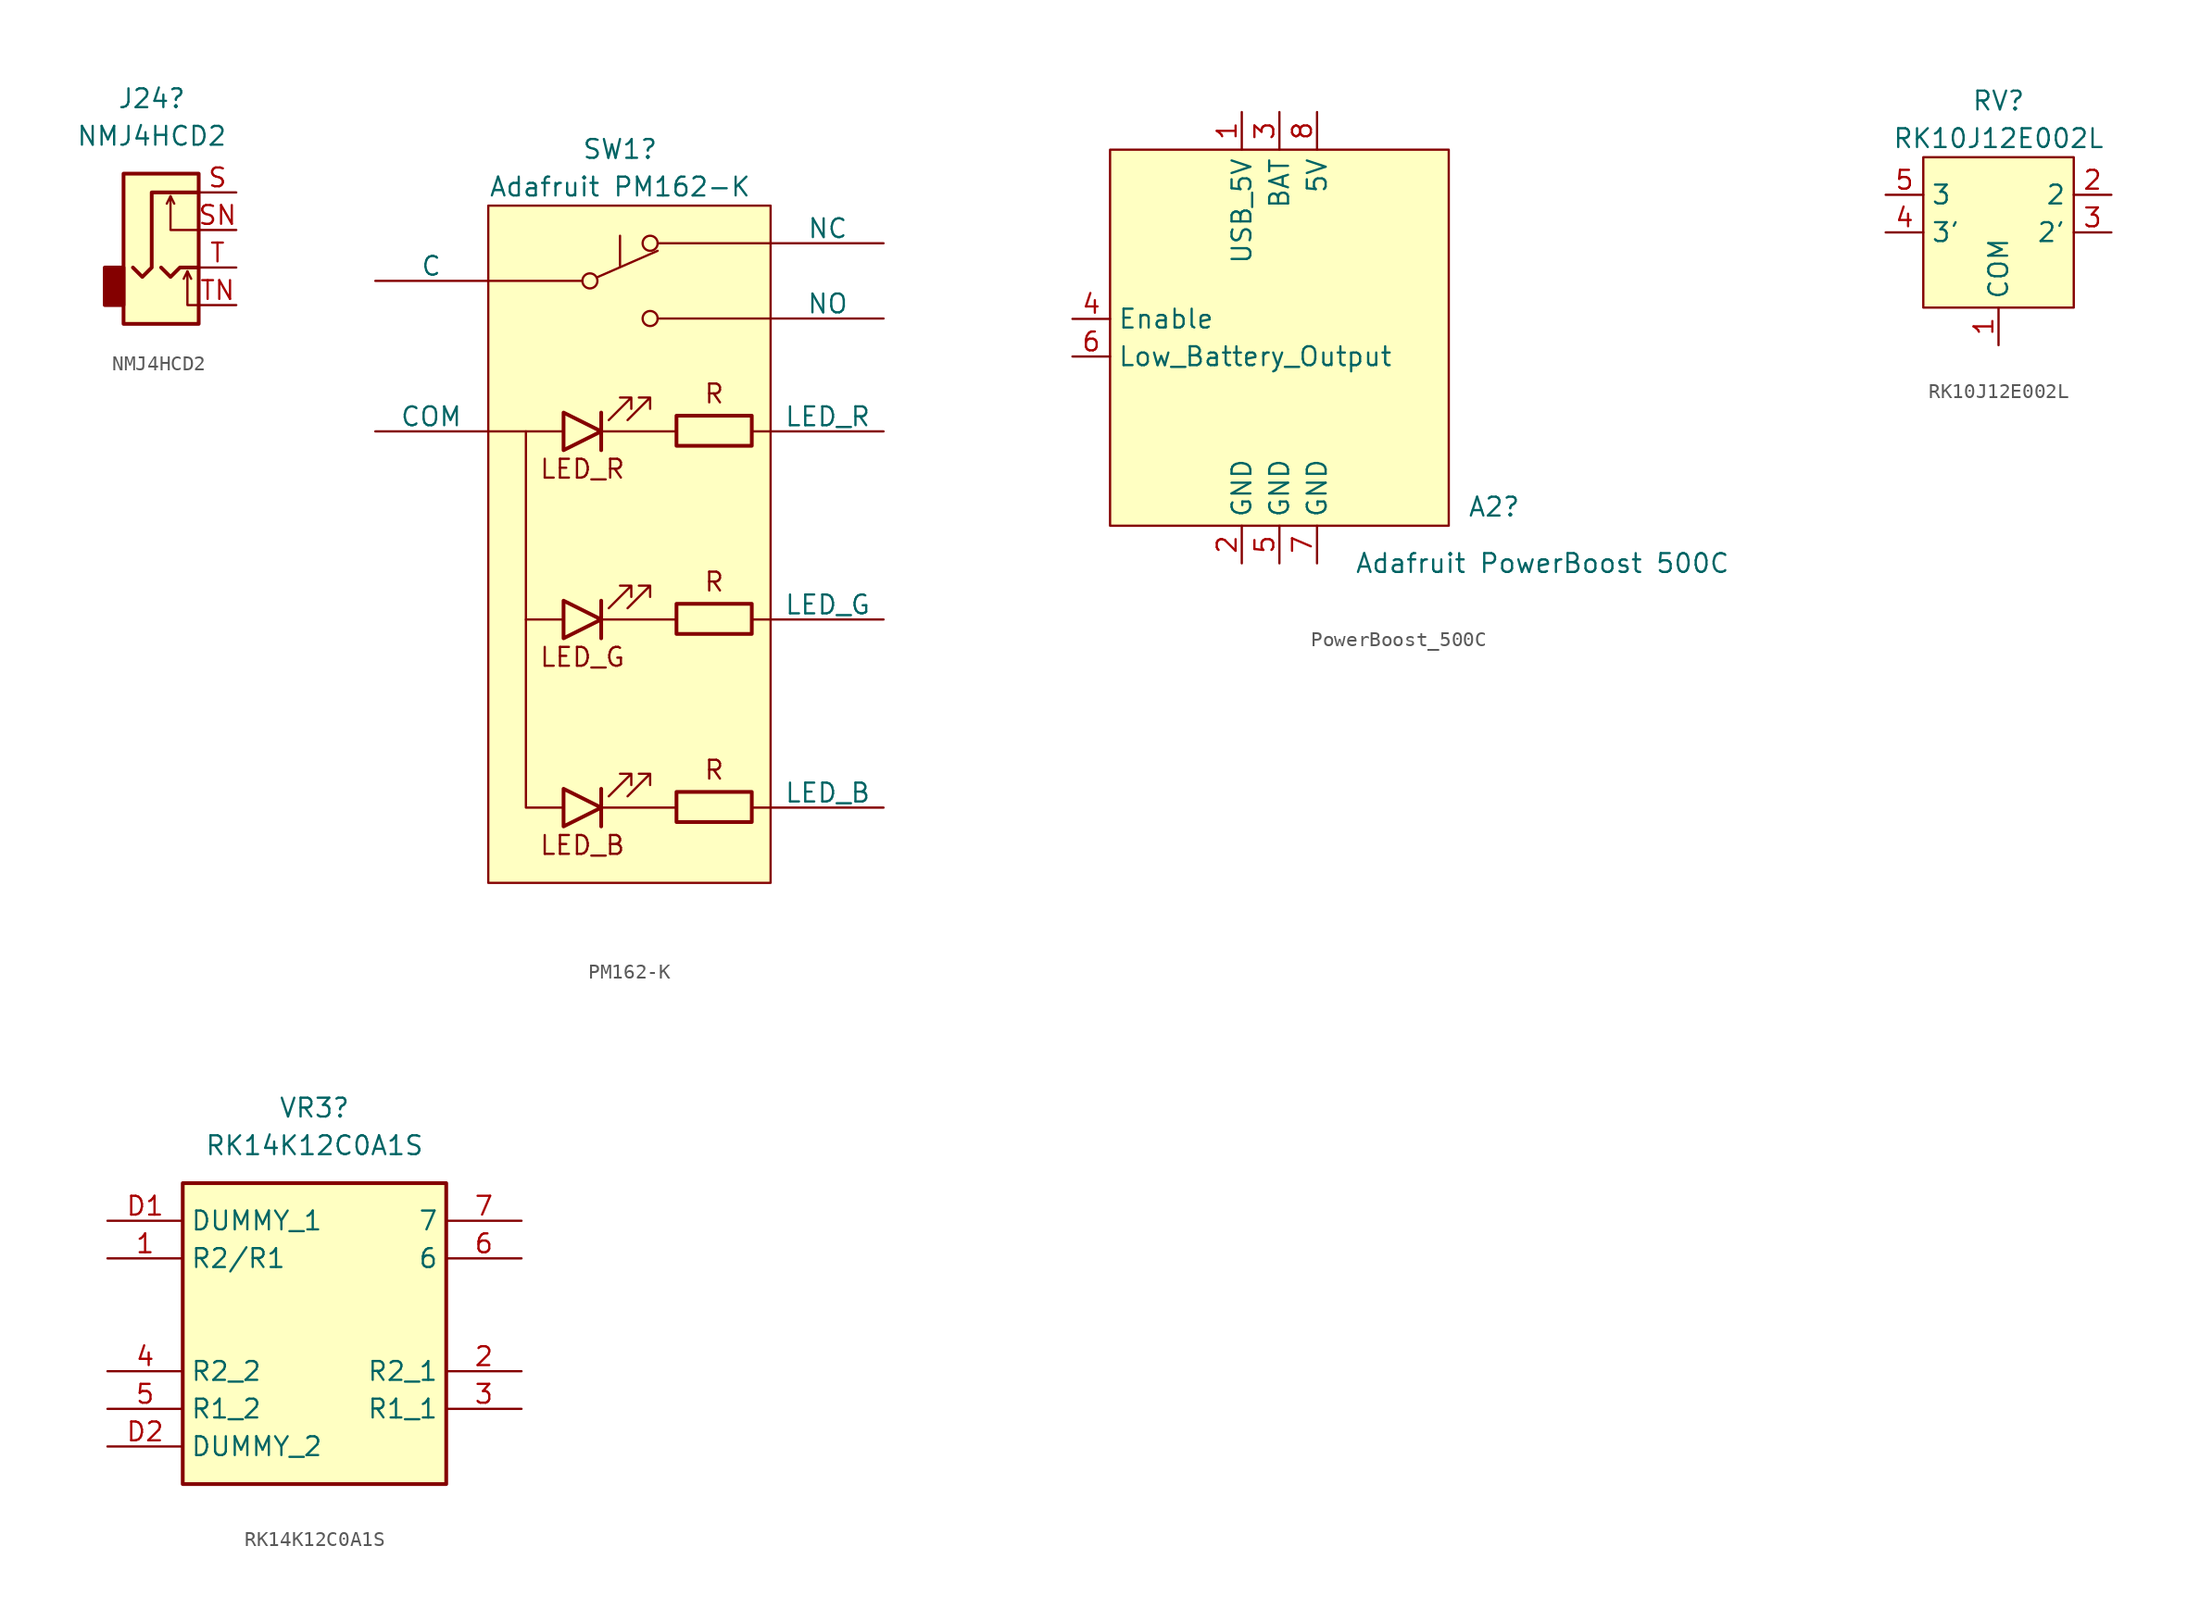
<source format=kicad_sym>
(kicad_symbol_lib
  (version 20220914)
  (generator kicad_symbol_editor)
  (symbol "NMJ4HCD2"
    (property "Reference" "J24"
      (at -0.635 11.43 0)
      (effects (font (size 1.27 1.27))))
    (property "Value" "NMJ4HCD2"
      (at -0.635 8.89 0)
      (effects (font (size 1.27 1.27))))
    (symbol "NMJ4HCD2_0_1"
      (rectangle (start -2.54 0) (end -3.81 -2.54) (stroke (width 0.254) (type default)) (fill (type outline)))
      (rectangle (start 2.54 6.35) (end -2.54 -3.81) (stroke (width 0.254) (type default)) (fill (type background))))
    (symbol "NMJ4HCD2_1_1"
      (polyline (pts (xy 0.635 4.826) (xy 0.889 4.318)) (stroke (width 0) (type default)) (fill (type none)))
      (polyline (pts (xy 1.778 -0.254) (xy 2.032 -0.762)) (stroke (width 0) (type default)) (fill (type none)))
      (polyline (pts (xy 0 0) (xy 0.635 -0.635) (xy 1.27 0) (xy 2.54 0)) (stroke (width 0.254) (type default)) (fill (type none)))
      (polyline (pts (xy 2.54 -2.54) (xy 1.778 -2.54) (xy 1.778 -0.254) (xy 1.524 -0.762)) (stroke (width 0) (type default)) (fill (type none)))
      (polyline (pts (xy 2.54 2.54) (xy 0.635 2.54) (xy 0.635 4.826) (xy 0.381 4.318)) (stroke (width 0) (type default)) (fill (type none)))
      (polyline (pts (xy 2.54 5.08) (xy -0.635 5.08) (xy -0.635 0) (xy -1.27 -0.635) (xy -1.905 0)) (stroke (width 0.254) (type default)) (fill (type none)))
      (pin passive line (at 5.08 5.08 180) (length 2.54) (name "~" (effects (font (size 1.27 1.27)))) (number "S" (effects (font (size 1.27 1.27)))))
      (pin passive line (at 5.08 2.54 180) (length 2.54) (name "~" (effects (font (size 1.27 1.27)))) (number "SN" (effects (font (size 1.27 1.27)))))
      (pin passive line (at 5.08 0 180) (length 2.54) (name "~" (effects (font (size 1.27 1.27)))) (number "T" (effects (font (size 1.27 1.27)))))
      (pin passive line (at 5.08 -2.54 180) (length 2.54) (name "~" (effects (font (size 1.27 1.27)))) (number "TN" (effects (font (size 1.27 1.27)))))))
  (symbol "PM162-K"
    (pin_numbers hide)
    (pin_names
      (offset 0))
    (property "Reference" "SW1"
      (at 0 8.89 0)
      (effects (font (size 1.27 1.27))))
    (property "Value" "Adafruit PM162-K"
      (at 0 6.35 0)
      (effects (font (size 1.27 1.27))))
    (symbol "PM162-K_0_0"
      (circle (center -2.032 0) (radius 0.508) (stroke (width 0) (type default)) (fill (type none)))
      (polyline (pts (xy 0 1.016) (xy 0 3.048)) (stroke (width 0) (type default)) (fill (type none)))
      (circle (center 2.032 -2.54) (radius 0.508) (stroke (width 0) (type default)) (fill (type none))))
    (symbol "PM162-K_0_1"
      (polyline (pts (xy -8.89 -10.16) (xy -3.81 -10.16)) (stroke (width 0) (type default)) (fill (type none)))
      (polyline (pts (xy -6.35 -22.86) (xy -3.81 -22.86)) (stroke (width 0) (type default)) (fill (type none)))
      (polyline (pts (xy -1.524 0.254) (xy 2.54 2.032)) (stroke (width 0) (type default)) (fill (type none)))
      (polyline (pts (xy -1.27 -34.29) (xy -1.27 -36.83)) (stroke (width 0.254) (type default)) (fill (type none)))
      (polyline (pts (xy -1.27 -21.59) (xy -1.27 -24.13)) (stroke (width 0.254) (type default)) (fill (type none)))
      (polyline (pts (xy -1.27 -8.89) (xy -1.27 -11.43)) (stroke (width 0.254) (type default)) (fill (type none)))
      (polyline (pts (xy 3.81 -35.56) (xy -1.27 -35.56)) (stroke (width 0) (type default)) (fill (type outline)))
      (polyline (pts (xy 3.81 -22.86) (xy -1.27 -22.86)) (stroke (width 0) (type default)) (fill (type outline)))
      (polyline (pts (xy 3.81 -10.16) (xy -1.27 -10.16)) (stroke (width 0) (type default)) (fill (type outline)))
      (polyline (pts (xy -3.81 -34.29) (xy -3.81 -36.83) (xy -1.27 -35.56) (xy -3.81 -34.29)) (stroke (width 0.254) (type default)) (fill (type none)))
      (polyline (pts (xy -3.81 -21.59) (xy -3.81 -24.13) (xy -1.27 -22.86) (xy -3.81 -21.59)) (stroke (width 0.254) (type default)) (fill (type none)))
      (polyline (pts (xy -3.81 -8.89) (xy -3.81 -11.43) (xy -1.27 -10.16) (xy -3.81 -8.89)) (stroke (width 0.254) (type default)) (fill (type none)))
      (polyline (pts (xy -0.762 -34.798) (xy 0.762 -33.274) (xy 0 -33.274) (xy 0.762 -33.274) (xy 0.762 -34.036)) (stroke (width 0) (type default)) (fill (type none)))
      (polyline (pts (xy -0.762 -22.098) (xy 0.762 -20.574) (xy 0 -20.574) (xy 0.762 -20.574) (xy 0.762 -21.336)) (stroke (width 0) (type default)) (fill (type none)))
      (polyline (pts (xy -0.762 -9.398) (xy 0.762 -7.874) (xy 0 -7.874) (xy 0.762 -7.874) (xy 0.762 -8.636)) (stroke (width 0) (type default)) (fill (type none)))
      (polyline (pts (xy 0.508 -34.798) (xy 2.032 -33.274) (xy 1.27 -33.274) (xy 2.032 -33.274) (xy 2.032 -34.036)) (stroke (width 0) (type default)) (fill (type none)))
      (polyline (pts (xy 0.508 -22.098) (xy 2.032 -20.574) (xy 1.27 -20.574) (xy 2.032 -20.574) (xy 2.032 -21.336)) (stroke (width 0) (type default)) (fill (type none)))
      (polyline (pts (xy 0.508 -9.398) (xy 2.032 -7.874) (xy 1.27 -7.874) (xy 2.032 -7.874) (xy 2.032 -8.636)) (stroke (width 0) (type default)) (fill (type none)))
      (circle (center 2.032 2.54) (radius 0.508) (stroke (width 0) (type default)) (fill (type none)))
      (rectangle (start 3.81 -34.501) (end 8.89 -36.533) (stroke (width 0.254) (type default)) (fill (type none)))
      (rectangle (start 3.81 -21.801) (end 8.89 -23.833) (stroke (width 0.254) (type default)) (fill (type none)))
      (rectangle (start 3.81 -9.101) (end 8.89 -11.133) (stroke (width 0.254) (type default)) (fill (type none))))
    (symbol "PM162-K_1_1"
      (rectangle (start -8.89 5.08) (end 10.16 -40.64) (stroke (width 0) (type default)) (fill (type background)))
      (polyline (pts (xy -8.89 0) (xy -2.54 0)) (stroke (width 0) (type default)) (fill (type none)))
      (polyline (pts (xy 10.16 -35.56) (xy 8.89 -35.56)) (stroke (width 0) (type default)) (fill (type none)))
      (polyline (pts (xy 10.16 -22.86) (xy 8.89 -22.86)) (stroke (width 0) (type default)) (fill (type none)))
      (polyline (pts (xy 10.16 -10.16) (xy 8.89 -10.16)) (stroke (width 0) (type default)) (fill (type none)))
      (polyline (pts (xy 10.16 -2.54) (xy 2.54 -2.54)) (stroke (width 0) (type default)) (fill (type none)))
      (polyline (pts (xy 10.16 2.54) (xy 2.54 2.54)) (stroke (width 0) (type default)) (fill (type none)))
      (polyline (pts (xy -6.35 -10.16) (xy -6.35 -35.56) (xy -3.81 -35.56)) (stroke (width 0) (type default)) (fill (type none)))
      (text "LED_B" (at -2.54 -38.1 0) (effects (font (size 1.27 1.27))))
      (text "LED_G" (at -2.54 -25.4 0) (effects (font (size 1.27 1.27))))
      (text "LED_R" (at -2.54 -12.7 0) (effects (font (size 1.27 1.27))))
      (text "R" (at 6.35 -33.02 0) (effects (font (size 1.27 1.27))))
      (text "R" (at 6.35 -20.32 0) (effects (font (size 1.27 1.27))))
      (text "R" (at 6.35 -7.62 0) (effects (font (size 1.27 1.27))))
      (pin passive line (at 17.78 2.54 180) (length 7.54) (name "NC" (effects (font (size 1.27 1.27)))) (number "1" (effects (font (size 1.27 1.27)))))
      (pin passive line (at -16.51 0 0) (length 7.54) (name "C" (effects (font (size 1.27 1.27)))) (number "2" (effects (font (size 1.27 1.27)))))
      (pin passive line (at 17.78 -2.54 180) (length 7.54) (name "NO" (effects (font (size 1.27 1.27)))) (number "3" (effects (font (size 1.27 1.27)))))
      (pin passive line (at 17.78 -10.16 180) (length 7.54) (name "LED_R" (effects (font (size 1.27 1.27)))) (number "4" (effects (font (size 1.27 1.27)))))
      (pin passive line (at 17.78 -22.86 180) (length 7.54) (name "LED_G" (effects (font (size 1.27 1.27)))) (number "5" (effects (font (size 1.27 1.27)))))
      (pin passive line (at 17.78 -35.56 180) (length 7.54) (name "LED_B" (effects (font (size 1.27 1.27)))) (number "6" (effects (font (size 1.27 1.27)))))
      (pin passive line (at -16.51 -10.16 0) (length 7.54) (name "COM" (effects (font (size 1.27 1.27)))) (number "7" (effects (font (size 1.27 1.27)))))))
  (symbol "PowerBoost_500C"
    (property "Reference" "A2"
      (at 12.7 -8.89 0)
      (effects (font (size 1.27 1.27)) (justify left)))
    (property "Value" "Adafruit PowerBoost 500C"
      (at 5.08 -12.7 0)
      (effects (font (size 1.27 1.27)) (justify left)))
    (symbol "PowerBoost_500C_1_1"
      (rectangle (start -11.43 15.24) (end 11.43 -10.16) (stroke (width 0) (type default)) (fill (type background)))
      (pin power_out line (at -2.54 17.78 270) (length 2.54) (name "USB_5V" (effects (font (size 1.27 1.27)))) (number "1" (effects (font (size 1.27 1.27)))))
      (pin power_in line (at -2.54 -12.7 90) (length 2.54) (name "GND" (effects (font (size 1.27 1.27)))) (number "2" (effects (font (size 1.27 1.27)))))
      (pin power_out line (at 0 17.78 270) (length 2.54) (name "BAT" (effects (font (size 1.27 1.27)))) (number "3" (effects (font (size 1.27 1.27)))))
      (pin input line (at -13.97 3.81 0) (length 2.54) (name "Enable" (effects (font (size 1.27 1.27)))) (number "4" (effects (font (size 1.27 1.27)))))
      (pin power_in line (at 0 -12.7 90) (length 2.54) (name "GND" (effects (font (size 1.27 1.27)))) (number "5" (effects (font (size 1.27 1.27)))))
      (pin output line (at -13.97 1.27 0) (length 2.54) (name "Low_Battery_Output" (effects (font (size 1.27 1.27)))) (number "6" (effects (font (size 1.27 1.27)))))
      (pin power_in line (at 2.54 -12.7 90) (length 2.54) (name "GND" (effects (font (size 1.27 1.27)))) (number "7" (effects (font (size 1.27 1.27)))))
      (pin power_out line (at 2.54 17.78 270) (length 2.54) (name "5V" (effects (font (size 1.27 1.27)))) (number "8" (effects (font (size 1.27 1.27)))))))
  (symbol "RK10J12E002L"
    (property "Reference" "RV"
      (at 0 2.54 0)
      (effects (font (size 1.27 1.27))))
    (property "Value" "RK10J12E002L"
      (at 0 0 0)
      (effects (font (size 1.27 1.27))))
    (symbol "RK10J12E002L_1_1"
      (rectangle (start -5.08 -1.27) (end 5.08 -11.43) (stroke (width 0) (type default)) (fill (type background)))
      (pin passive line (at 0 -13.97 90) (length 2.54) (name "COM" (effects (font (size 1.27 1.27)))) (number "1" (effects (font (size 1.27 1.27)))))
      (pin passive line (at 7.62 -3.81 180) (length 2.54) (name "2" (effects (font (size 1.27 1.27)))) (number "2" (effects (font (size 1.27 1.27)))))
      (pin passive line (at 7.62 -6.35 180) (length 2.54) (name "2'" (effects (font (size 1.27 1.27)))) (number "3" (effects (font (size 1.27 1.27)))))
      (pin passive line (at -7.62 -6.35 0) (length 2.54) (name "3'" (effects (font (size 1.27 1.27)))) (number "4" (effects (font (size 1.27 1.27)))))
      (pin passive line (at -7.62 -3.81 0) (length 2.54) (name "3" (effects (font (size 1.27 1.27)))) (number "5" (effects (font (size 1.27 1.27)))))))
  (symbol "RK14K12C0A1S"
    (property "Reference" "VR3"
      (at 13.97 7.62 0)
      (effects (font (size 1.27 1.27))))
    (property "Value" "RK14K12C0A1S"
      (at 13.97 5.08 0)
      (effects (font (size 1.27 1.27))))
    (symbol "RK14K12C0A1S_1_1"
      (rectangle (start 5.08 2.54) (end 22.86 -17.78) (stroke (width 0.254) (type default)) (fill (type background)))
      (pin passive line (at 0 -2.54 0) (length 5.08) (name "R2/R1" (effects (font (size 1.27 1.27)))) (number "1" (effects (font (size 1.27 1.27)))))
      (pin passive line (at 27.94 -10.16 180) (length 5.08) (name "R2_1" (effects (font (size 1.27 1.27)))) (number "2" (effects (font (size 1.27 1.27)))))
      (pin passive line (at 27.94 -12.7 180) (length 5.08) (name "R1_1" (effects (font (size 1.27 1.27)))) (number "3" (effects (font (size 1.27 1.27)))))
      (pin passive line (at 0 -10.16 0) (length 5.08) (name "R2_2" (effects (font (size 1.27 1.27)))) (number "4" (effects (font (size 1.27 1.27)))))
      (pin passive line (at 0 -12.7 0) (length 5.08) (name "R1_2" (effects (font (size 1.27 1.27)))) (number "5" (effects (font (size 1.27 1.27)))))
      (pin passive line (at 27.94 -2.54 180) (length 5.08) (name "6" (effects (font (size 1.27 1.27)))) (number "6" (effects (font (size 1.27 1.27)))))
      (pin passive line (at 27.94 0 180) (length 5.08) (name "7" (effects (font (size 1.27 1.27)))) (number "7" (effects (font (size 1.27 1.27)))))
      (pin passive line (at 0 0 0) (length 5.08) (name "DUMMY_1" (effects (font (size 1.27 1.27)))) (number "D1" (effects (font (size 1.27 1.27)))))
      (pin passive line (at 0 -15.24 0) (length 5.08) (name "DUMMY_2" (effects (font (size 1.27 1.27)))) (number "D2" (effects (font (size 1.27 1.27))))))))
</source>
